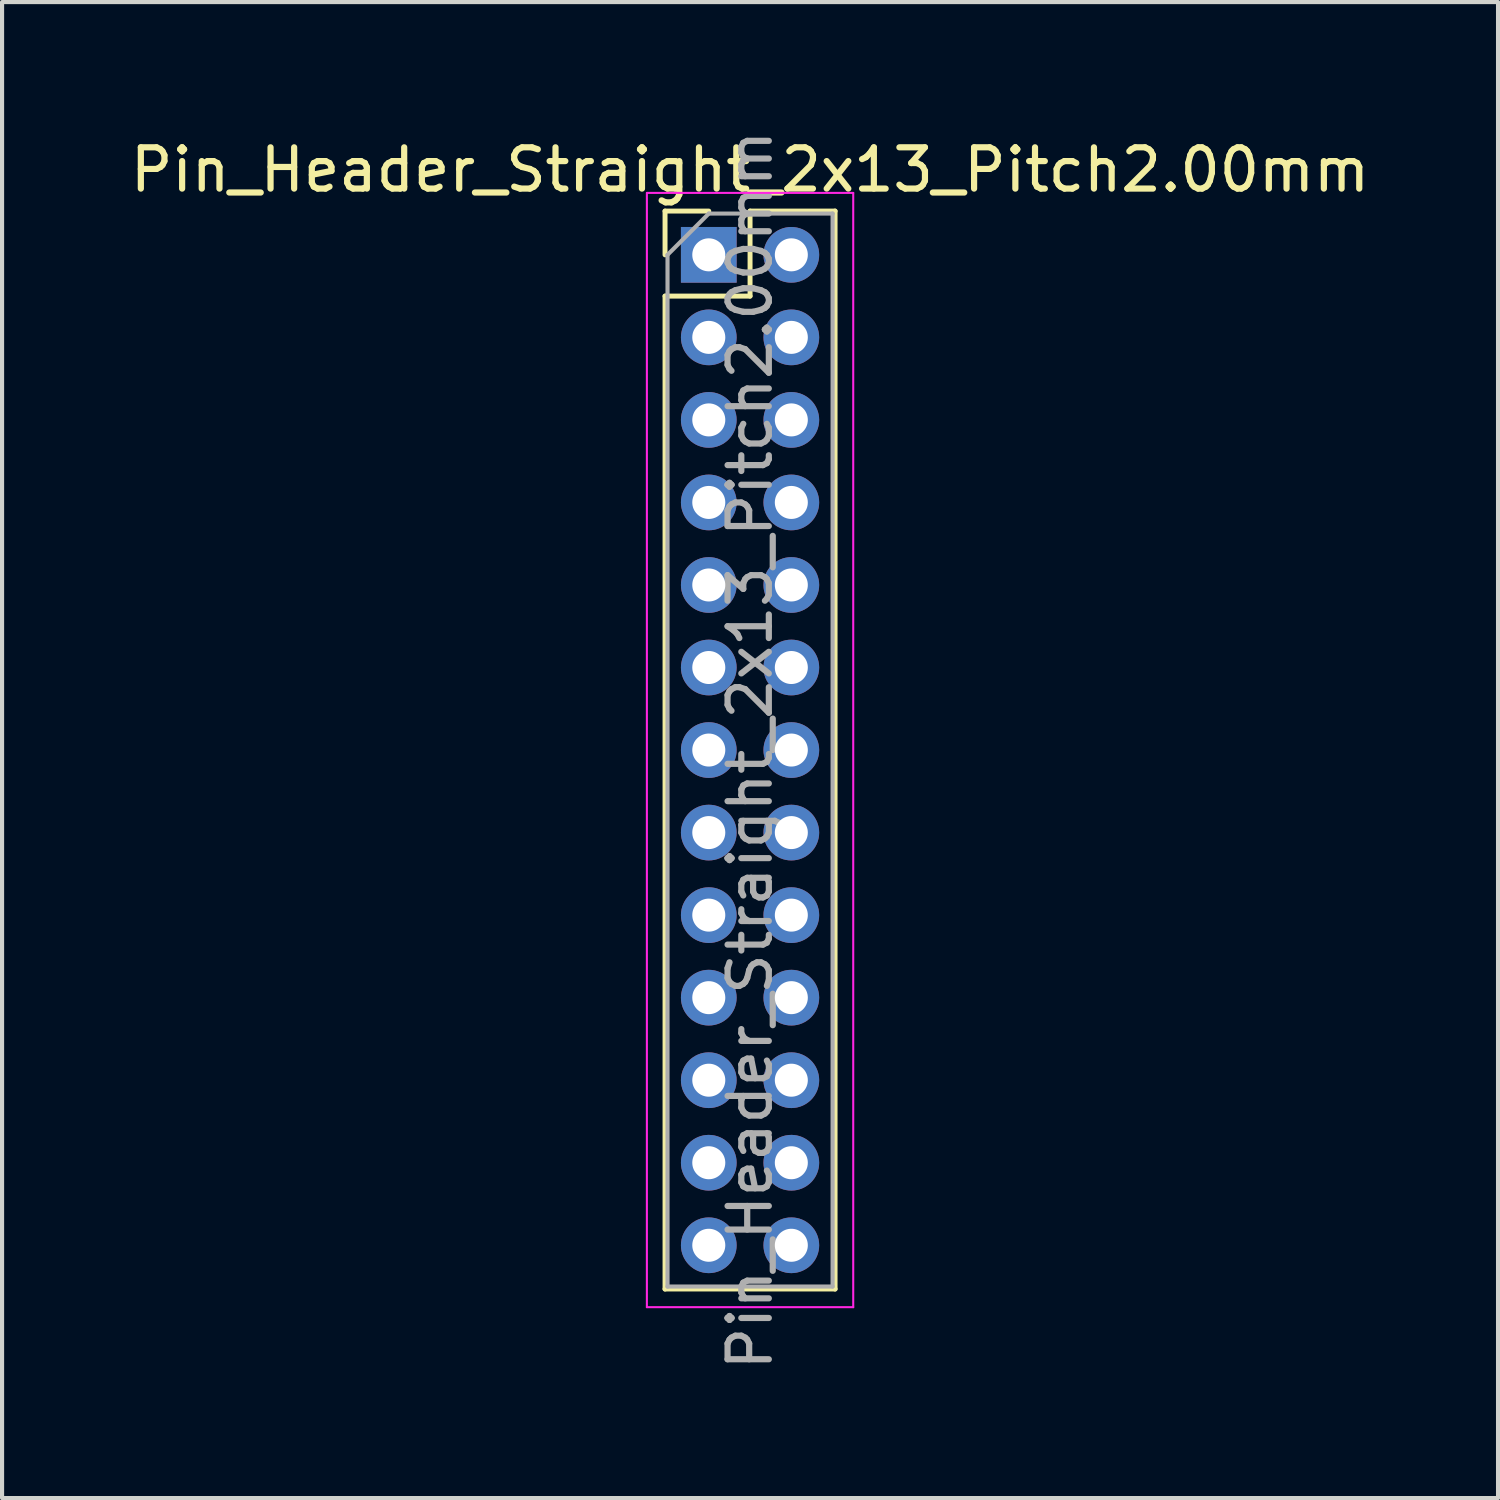
<source format=kicad_pcb>
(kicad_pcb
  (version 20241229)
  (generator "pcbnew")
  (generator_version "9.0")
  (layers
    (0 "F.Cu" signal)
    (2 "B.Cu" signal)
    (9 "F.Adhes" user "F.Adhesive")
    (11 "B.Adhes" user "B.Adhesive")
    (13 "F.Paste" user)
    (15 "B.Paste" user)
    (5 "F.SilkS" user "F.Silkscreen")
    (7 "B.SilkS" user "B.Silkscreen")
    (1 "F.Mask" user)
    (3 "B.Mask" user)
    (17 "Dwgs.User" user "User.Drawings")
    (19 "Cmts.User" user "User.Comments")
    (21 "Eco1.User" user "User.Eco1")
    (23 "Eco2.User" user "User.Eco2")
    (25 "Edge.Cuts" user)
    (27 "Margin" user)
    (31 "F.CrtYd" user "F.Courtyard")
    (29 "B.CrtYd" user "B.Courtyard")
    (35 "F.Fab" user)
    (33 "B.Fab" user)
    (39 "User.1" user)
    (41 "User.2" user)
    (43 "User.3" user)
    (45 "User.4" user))
  (footprint "Pin_Header_Straight_2x13_Pitch2.00mm"
    (layer "F.Cu")
    (at 14.125 3.125)
    (property "Reference" "Pin_Header_Straight_2x13_Pitch2.00mm" (at 1 -2.06 0) (layer "F.SilkS") (effects (font (size 1 1) (thickness 0.15))))
    (attr through_hole)
    (fp_line (start -1.06 -1.06) (end 0 -1.06) (stroke (width 0.12) (type solid)) (layer "F.SilkS"))
    (fp_line (start -1.06 0) (end -1.06 -1.06) (stroke (width 0.12) (type solid)) (layer "F.SilkS"))
    (fp_line (start -1.06 1) (end -1.06 25.06) (stroke (width 0.12) (type solid)) (layer "F.SilkS"))
    (fp_line (start -1.06 1) (end 1 1) (stroke (width 0.12) (type solid)) (layer "F.SilkS"))
    (fp_line (start -1.06 25.06) (end 3.06 25.06) (stroke (width 0.12) (type solid)) (layer "F.SilkS"))
    (fp_line (start 1 -1.06) (end 3.06 -1.06) (stroke (width 0.12) (type solid)) (layer "F.SilkS"))
    (fp_line (start 1 1) (end 1 -1.06) (stroke (width 0.12) (type solid)) (layer "F.SilkS"))
    (fp_line (start 3.06 -1.06) (end 3.06 25.06) (stroke (width 0.12) (type solid)) (layer "F.SilkS"))
    (fp_line (start -1.5 -1.5) (end -1.5 25.5) (stroke (width 0.05) (type solid)) (layer "F.CrtYd"))
    (fp_line (start -1.5 25.5) (end 3.5 25.5) (stroke (width 0.05) (type solid)) (layer "F.CrtYd"))
    (fp_line (start 3.5 -1.5) (end -1.5 -1.5) (stroke (width 0.05) (type solid)) (layer "F.CrtYd"))
    (fp_line (start 3.5 25.5) (end 3.5 -1.5) (stroke (width 0.05) (type solid)) (layer "F.CrtYd"))
    (fp_line (start -1 0) (end 0 -1) (stroke (width 0.1) (type solid)) (layer "F.Fab"))
    (fp_line (start -1 25) (end -1 0) (stroke (width 0.1) (type solid)) (layer "F.Fab"))
    (fp_line (start 0 -1) (end 3 -1) (stroke (width 0.1) (type solid)) (layer "F.Fab"))
    (fp_line (start 3 -1) (end 3 25) (stroke (width 0.1) (type solid)) (layer "F.Fab"))
    (fp_line (start 3 25) (end -1 25) (stroke (width 0.1) (type solid)) (layer "F.Fab"))
    (fp_text user "${REFERENCE}" (at 1 12 90) (layer "F.Fab") (effects (font (size 1 1) (thickness 0.15))))
    (pad "1" thru_hole rect (at 0 0) (size 1.35 1.35) (drill 0.8) (layers "*.Cu" "*.Mask"))
    (pad "2" thru_hole oval (at 2 0) (size 1.35 1.35) (drill 0.8) (layers "*.Cu" "*.Mask"))
    (pad "3" thru_hole oval (at 0 2) (size 1.35 1.35) (drill 0.8) (layers "*.Cu" "*.Mask"))
    (pad "4" thru_hole oval (at 2 2) (size 1.35 1.35) (drill 0.8) (layers "*.Cu" "*.Mask"))
    (pad "5" thru_hole oval (at 0 4) (size 1.35 1.35) (drill 0.8) (layers "*.Cu" "*.Mask"))
    (pad "6" thru_hole oval (at 2 4) (size 1.35 1.35) (drill 0.8) (layers "*.Cu" "*.Mask"))
    (pad "7" thru_hole oval (at 0 6) (size 1.35 1.35) (drill 0.8) (layers "*.Cu" "*.Mask"))
    (pad "8" thru_hole oval (at 2 6) (size 1.35 1.35) (drill 0.8) (layers "*.Cu" "*.Mask"))
    (pad "9" thru_hole oval (at 0 8) (size 1.35 1.35) (drill 0.8) (layers "*.Cu" "*.Mask"))
    (pad "10" thru_hole oval (at 2 8) (size 1.35 1.35) (drill 0.8) (layers "*.Cu" "*.Mask"))
    (pad "11" thru_hole oval (at 0 10) (size 1.35 1.35) (drill 0.8) (layers "*.Cu" "*.Mask"))
    (pad "12" thru_hole oval (at 2 10) (size 1.35 1.35) (drill 0.8) (layers "*.Cu" "*.Mask"))
    (pad "13" thru_hole oval (at 0 12) (size 1.35 1.35) (drill 0.8) (layers "*.Cu" "*.Mask"))
    (pad "14" thru_hole oval (at 2 12) (size 1.35 1.35) (drill 0.8) (layers "*.Cu" "*.Mask"))
    (pad "15" thru_hole oval (at 0 14) (size 1.35 1.35) (drill 0.8) (layers "*.Cu" "*.Mask"))
    (pad "16" thru_hole oval (at 2 14) (size 1.35 1.35) (drill 0.8) (layers "*.Cu" "*.Mask"))
    (pad "17" thru_hole oval (at 0 16) (size 1.35 1.35) (drill 0.8) (layers "*.Cu" "*.Mask"))
    (pad "18" thru_hole oval (at 2 16) (size 1.35 1.35) (drill 0.8) (layers "*.Cu" "*.Mask"))
    (pad "19" thru_hole oval (at 0 18) (size 1.35 1.35) (drill 0.8) (layers "*.Cu" "*.Mask"))
    (pad "20" thru_hole oval (at 2 18) (size 1.35 1.35) (drill 0.8) (layers "*.Cu" "*.Mask"))
    (pad "21" thru_hole oval (at 0 20) (size 1.35 1.35) (drill 0.8) (layers "*.Cu" "*.Mask"))
    (pad "22" thru_hole oval (at 2 20) (size 1.35 1.35) (drill 0.8) (layers "*.Cu" "*.Mask"))
    (pad "23" thru_hole oval (at 0 22) (size 1.35 1.35) (drill 0.8) (layers "*.Cu" "*.Mask"))
    (pad "24" thru_hole oval (at 2 22) (size 1.35 1.35) (drill 0.8) (layers "*.Cu" "*.Mask"))
    (pad "25" thru_hole oval (at 0 24) (size 1.35 1.35) (drill 0.8) (layers "*.Cu" "*.Mask"))
    (pad "26" thru_hole oval (at 2 24) (size 1.35 1.35) (drill 0.8) (layers "*.Cu" "*.Mask")))
  (gr_rect
    (start -3 -3)
    (end 33.25 33.25)
    (stroke (width 0.1) (type default))
    (fill no)
    (layer "Edge.Cuts")))
</source>
